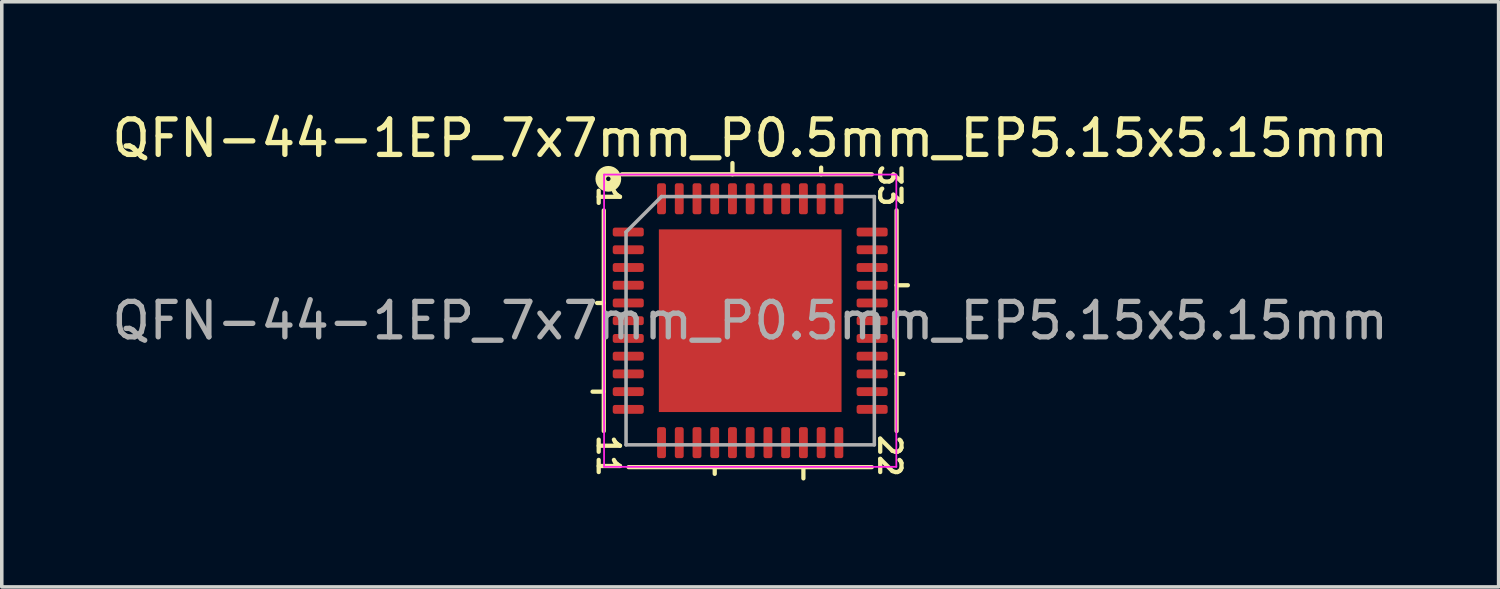
<source format=kicad_pcb>
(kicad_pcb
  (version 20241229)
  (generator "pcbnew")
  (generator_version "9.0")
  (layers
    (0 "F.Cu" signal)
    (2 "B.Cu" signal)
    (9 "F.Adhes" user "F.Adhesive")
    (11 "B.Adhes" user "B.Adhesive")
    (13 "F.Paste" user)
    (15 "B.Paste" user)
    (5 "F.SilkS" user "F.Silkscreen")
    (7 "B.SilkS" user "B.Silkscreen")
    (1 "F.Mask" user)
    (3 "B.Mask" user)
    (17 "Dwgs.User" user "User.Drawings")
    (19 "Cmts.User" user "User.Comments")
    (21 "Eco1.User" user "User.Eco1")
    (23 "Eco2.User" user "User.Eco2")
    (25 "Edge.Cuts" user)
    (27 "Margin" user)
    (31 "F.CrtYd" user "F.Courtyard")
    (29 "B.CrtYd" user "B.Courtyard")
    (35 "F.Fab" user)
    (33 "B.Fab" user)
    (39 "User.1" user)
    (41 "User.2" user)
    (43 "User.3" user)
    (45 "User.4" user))
  (footprint "QFN-44-1EP_7x7mm_P0.5mm_EP5.15x5.15mm"
    (layer "F.Cu")
    (at 18.101 5.992)
    (property "Reference" "QFN-44-1EP_7x7mm_P0.5mm_EP5.15x5.15mm" (at 0 -5.144 0) (layer "F.SilkS") (effects (font (size 1 1) (thickness 0.15))))
    (attr smd)
    (fp_line (start -4.128 -3.111) (end -4.128 3.111) (stroke (width 0.12) (type solid)) (layer "F.SilkS"))
    (fp_line (start -4.128 -0.5) (end -4.318 -0.5) (stroke (width 0.12) (type solid)) (layer "F.SilkS"))
    (fp_line (start -4.128 2) (end -4.445 2) (stroke (width 0.12) (type solid)) (layer "F.SilkS"))
    (fp_line (start -3.429 4.128) (end 3.429 4.128) (stroke (width 0.12) (type solid)) (layer "F.SilkS"))
    (fp_line (start -1 4.128) (end -1 4.318) (stroke (width 0.12) (type solid)) (layer "F.SilkS"))
    (fp_line (start -0.5 -4.128) (end -0.5 -4.445) (stroke (width 0.12) (type solid)) (layer "F.SilkS"))
    (fp_line (start 1.5 4.128) (end 1.5 4.445) (stroke (width 0.12) (type solid)) (layer "F.SilkS"))
    (fp_line (start 2 -4.128) (end 2 -4.318) (stroke (width 0.12) (type solid)) (layer "F.SilkS"))
    (fp_line (start 3.429 -4.128) (end -3.619 -4.128) (stroke (width 0.12) (type solid)) (layer "F.SilkS"))
    (fp_line (start 4.128 -1) (end 4.445 -1) (stroke (width 0.12) (type solid)) (layer "F.SilkS"))
    (fp_line (start 4.128 1.5) (end 4.318 1.5) (stroke (width 0.12) (type solid)) (layer "F.SilkS"))
    (fp_line (start 4.128 3.111) (end 4.128 -3.111) (stroke (width 0.12) (type solid)) (layer "F.SilkS"))
    (fp_circle (center -4 -4) (end -3.937 -4) (stroke (width 0.3) (type solid)) (fill no) (layer "F.SilkS"))
    (fp_line (start -4.12 -4.12) (end -4.12 4.12) (stroke (width 0.05) (type solid)) (layer "F.CrtYd"))
    (fp_line (start -4.12 4.12) (end 4.12 4.12) (stroke (width 0.05) (type solid)) (layer "F.CrtYd"))
    (fp_line (start 4.12 -4.12) (end -4.12 -4.12) (stroke (width 0.05) (type solid)) (layer "F.CrtYd"))
    (fp_line (start 4.12 4.12) (end 4.12 -4.12) (stroke (width 0.05) (type solid)) (layer "F.CrtYd"))
    (fp_line (start -3.5 -2.5) (end -2.5 -3.5) (stroke (width 0.1) (type solid)) (layer "F.Fab"))
    (fp_line (start -3.5 3.5) (end -3.5 -2.5) (stroke (width 0.1) (type solid)) (layer "F.Fab"))
    (fp_line (start -2.5 -3.5) (end 3.5 -3.5) (stroke (width 0.1) (type solid)) (layer "F.Fab"))
    (fp_line (start 3.5 -3.5) (end 3.5 3.5) (stroke (width 0.1) (type solid)) (layer "F.Fab"))
    (fp_line (start 3.5 3.5) (end -3.5 3.5) (stroke (width 0.1) (type solid)) (layer "F.Fab"))
    (fp_text user "11" (at -4 3.81 270) (unlocked yes) (layer "F.SilkS") (effects (font (size 0.6 0.6) (thickness 0.12))))
    (fp_text user "1" (at -4 -3.493 270) (unlocked yes) (layer "F.SilkS") (effects (font (size 0.6 0.6) (thickness 0.12))))
    (fp_text user "33" (at 3.937 -3.81 270) (unlocked yes) (layer "F.SilkS") (effects (font (size 0.6 0.6) (thickness 0.12))))
    (fp_text user "22" (at 3.937 3.81 270) (unlocked yes) (layer "F.SilkS") (effects (font (size 0.6 0.6) (thickness 0.12))))
    (fp_text user "${REFERENCE}" (at 0 0 0) (layer "F.Fab") (effects (font (size 1 1) (thickness 0.15))))
    (pad "" smd roundrect (at -1.935 -1.935) (size 1.04 1.04) (layers "F.Paste") (roundrect_rratio 0.24))
    (pad "" smd roundrect (at -1.935 -0.645) (size 1.04 1.04) (layers "F.Paste") (roundrect_rratio 0.24))
    (pad "" smd roundrect (at -1.935 0.645) (size 1.04 1.04) (layers "F.Paste") (roundrect_rratio 0.24))
    (pad "" smd roundrect (at -1.935 1.935) (size 1.04 1.04) (layers "F.Paste") (roundrect_rratio 0.24))
    (pad "" smd roundrect (at -0.645 -1.935) (size 1.04 1.04) (layers "F.Paste") (roundrect_rratio 0.24))
    (pad "" smd roundrect (at -0.645 -0.645) (size 1.04 1.04) (layers "F.Paste") (roundrect_rratio 0.24))
    (pad "" smd roundrect (at -0.645 0.645) (size 1.04 1.04) (layers "F.Paste") (roundrect_rratio 0.24))
    (pad "" smd roundrect (at -0.645 1.935) (size 1.04 1.04) (layers "F.Paste") (roundrect_rratio 0.24))
    (pad "" smd roundrect (at 0.645 -1.935) (size 1.04 1.04) (layers "F.Paste") (roundrect_rratio 0.24))
    (pad "" smd roundrect (at 0.645 -0.645) (size 1.04 1.04) (layers "F.Paste") (roundrect_rratio 0.24))
    (pad "" smd roundrect (at 0.645 0.645) (size 1.04 1.04) (layers "F.Paste") (roundrect_rratio 0.24))
    (pad "" smd roundrect (at 0.645 1.935) (size 1.04 1.04) (layers "F.Paste") (roundrect_rratio 0.24))
    (pad "" smd roundrect (at 1.935 -1.935) (size 1.04 1.04) (layers "F.Paste") (roundrect_rratio 0.24))
    (pad "" smd roundrect (at 1.935 -0.645) (size 1.04 1.04) (layers "F.Paste") (roundrect_rratio 0.24))
    (pad "" smd roundrect (at 1.935 0.645) (size 1.04 1.04) (layers "F.Paste") (roundrect_rratio 0.24))
    (pad "" smd roundrect (at 1.935 1.935) (size 1.04 1.04) (layers "F.Paste") (roundrect_rratio 0.24))
    (pad "1" smd roundrect (at -3.438 -2.5) (size 0.875 0.25) (layers "F.Cu" "F.Mask" "F.Paste") (roundrect_rratio 0.25))
    (pad "2" smd roundrect (at -3.438 -2) (size 0.875 0.25) (layers "F.Cu" "F.Mask" "F.Paste") (roundrect_rratio 0.25))
    (pad "3" smd roundrect (at -3.438 -1.5) (size 0.875 0.25) (layers "F.Cu" "F.Mask" "F.Paste") (roundrect_rratio 0.25))
    (pad "4" smd roundrect (at -3.438 -1) (size 0.875 0.25) (layers "F.Cu" "F.Mask" "F.Paste") (roundrect_rratio 0.25))
    (pad "5" smd roundrect (at -3.438 -0.5) (size 0.875 0.25) (layers "F.Cu" "F.Mask" "F.Paste") (roundrect_rratio 0.25))
    (pad "6" smd roundrect (at -3.438 0) (size 0.875 0.25) (layers "F.Cu" "F.Mask" "F.Paste") (roundrect_rratio 0.25))
    (pad "7" smd roundrect (at -3.438 0.5) (size 0.875 0.25) (layers "F.Cu" "F.Mask" "F.Paste") (roundrect_rratio 0.25))
    (pad "8" smd roundrect (at -3.438 1) (size 0.875 0.25) (layers "F.Cu" "F.Mask" "F.Paste") (roundrect_rratio 0.25))
    (pad "9" smd roundrect (at -3.438 1.5) (size 0.875 0.25) (layers "F.Cu" "F.Mask" "F.Paste") (roundrect_rratio 0.25))
    (pad "10" smd roundrect (at -3.438 2) (size 0.875 0.25) (layers "F.Cu" "F.Mask" "F.Paste") (roundrect_rratio 0.25))
    (pad "11" smd roundrect (at -3.438 2.5) (size 0.875 0.25) (layers "F.Cu" "F.Mask" "F.Paste") (roundrect_rratio 0.25))
    (pad "12" smd roundrect (at -2.5 3.438) (size 0.25 0.875) (layers "F.Cu" "F.Mask" "F.Paste") (roundrect_rratio 0.25))
    (pad "13" smd roundrect (at -2 3.438) (size 0.25 0.875) (layers "F.Cu" "F.Mask" "F.Paste") (roundrect_rratio 0.25))
    (pad "14" smd roundrect (at -1.5 3.438) (size 0.25 0.875) (layers "F.Cu" "F.Mask" "F.Paste") (roundrect_rratio 0.25))
    (pad "15" smd roundrect (at -1 3.438) (size 0.25 0.875) (layers "F.Cu" "F.Mask" "F.Paste") (roundrect_rratio 0.25))
    (pad "16" smd roundrect (at -0.5 3.438) (size 0.25 0.875) (layers "F.Cu" "F.Mask" "F.Paste") (roundrect_rratio 0.25))
    (pad "17" smd roundrect (at 0 3.438) (size 0.25 0.875) (layers "F.Cu" "F.Mask" "F.Paste") (roundrect_rratio 0.25))
    (pad "18" smd roundrect (at 0.5 3.438) (size 0.25 0.875) (layers "F.Cu" "F.Mask" "F.Paste") (roundrect_rratio 0.25))
    (pad "19" smd roundrect (at 1 3.438) (size 0.25 0.875) (layers "F.Cu" "F.Mask" "F.Paste") (roundrect_rratio 0.25))
    (pad "20" smd roundrect (at 1.5 3.438) (size 0.25 0.875) (layers "F.Cu" "F.Mask" "F.Paste") (roundrect_rratio 0.25))
    (pad "21" smd roundrect (at 2 3.438) (size 0.25 0.875) (layers "F.Cu" "F.Mask" "F.Paste") (roundrect_rratio 0.25))
    (pad "22" smd roundrect (at 2.5 3.438) (size 0.25 0.875) (layers "F.Cu" "F.Mask" "F.Paste") (roundrect_rratio 0.25))
    (pad "23" smd roundrect (at 3.438 2.5) (size 0.875 0.25) (layers "F.Cu" "F.Mask" "F.Paste") (roundrect_rratio 0.25))
    (pad "24" smd roundrect (at 3.438 2) (size 0.875 0.25) (layers "F.Cu" "F.Mask" "F.Paste") (roundrect_rratio 0.25))
    (pad "25" smd roundrect (at 3.438 1.5) (size 0.875 0.25) (layers "F.Cu" "F.Mask" "F.Paste") (roundrect_rratio 0.25))
    (pad "26" smd roundrect (at 3.438 1) (size 0.875 0.25) (layers "F.Cu" "F.Mask" "F.Paste") (roundrect_rratio 0.25))
    (pad "27" smd roundrect (at 3.438 0.5) (size 0.875 0.25) (layers "F.Cu" "F.Mask" "F.Paste") (roundrect_rratio 0.25))
    (pad "28" smd roundrect (at 3.438 0) (size 0.875 0.25) (layers "F.Cu" "F.Mask" "F.Paste") (roundrect_rratio 0.25))
    (pad "29" smd roundrect (at 3.438 -0.5) (size 0.875 0.25) (layers "F.Cu" "F.Mask" "F.Paste") (roundrect_rratio 0.25))
    (pad "30" smd roundrect (at 3.438 -1) (size 0.875 0.25) (layers "F.Cu" "F.Mask" "F.Paste") (roundrect_rratio 0.25))
    (pad "31" smd roundrect (at 3.438 -1.5) (size 0.875 0.25) (layers "F.Cu" "F.Mask" "F.Paste") (roundrect_rratio 0.25))
    (pad "32" smd roundrect (at 3.438 -2) (size 0.875 0.25) (layers "F.Cu" "F.Mask" "F.Paste") (roundrect_rratio 0.25))
    (pad "33" smd roundrect (at 3.438 -2.5) (size 0.875 0.25) (layers "F.Cu" "F.Mask" "F.Paste") (roundrect_rratio 0.25))
    (pad "34" smd roundrect (at 2.5 -3.438) (size 0.25 0.875) (layers "F.Cu" "F.Mask" "F.Paste") (roundrect_rratio 0.25))
    (pad "35" smd roundrect (at 2 -3.438) (size 0.25 0.875) (layers "F.Cu" "F.Mask" "F.Paste") (roundrect_rratio 0.25))
    (pad "36" smd roundrect (at 1.5 -3.438) (size 0.25 0.875) (layers "F.Cu" "F.Mask" "F.Paste") (roundrect_rratio 0.25))
    (pad "37" smd roundrect (at 1 -3.438) (size 0.25 0.875) (layers "F.Cu" "F.Mask" "F.Paste") (roundrect_rratio 0.25))
    (pad "38" smd roundrect (at 0.5 -3.438) (size 0.25 0.875) (layers "F.Cu" "F.Mask" "F.Paste") (roundrect_rratio 0.25))
    (pad "39" smd roundrect (at 0 -3.438) (size 0.25 0.875) (layers "F.Cu" "F.Mask" "F.Paste") (roundrect_rratio 0.25))
    (pad "40" smd roundrect (at -0.5 -3.438) (size 0.25 0.875) (layers "F.Cu" "F.Mask" "F.Paste") (roundrect_rratio 0.25))
    (pad "41" smd roundrect (at -1 -3.438) (size 0.25 0.875) (layers "F.Cu" "F.Mask" "F.Paste") (roundrect_rratio 0.25))
    (pad "42" smd roundrect (at -1.5 -3.438) (size 0.25 0.875) (layers "F.Cu" "F.Mask" "F.Paste") (roundrect_rratio 0.25))
    (pad "43" smd roundrect (at -2 -3.438) (size 0.25 0.875) (layers "F.Cu" "F.Mask" "F.Paste") (roundrect_rratio 0.25))
    (pad "44" smd roundrect (at -2.5 -3.438) (size 0.25 0.875) (layers "F.Cu" "F.Mask" "F.Paste") (roundrect_rratio 0.25))
    (pad "45" smd rect (at 0 0) (size 5.15 5.15) (layers "F.Cu" "F.Mask")))
  (gr_rect
    (start -3 -3)
    (end 39.202 13.497)
    (stroke (width 0.1) (type default))
    (fill no)
    (layer "Edge.Cuts")))
</source>
